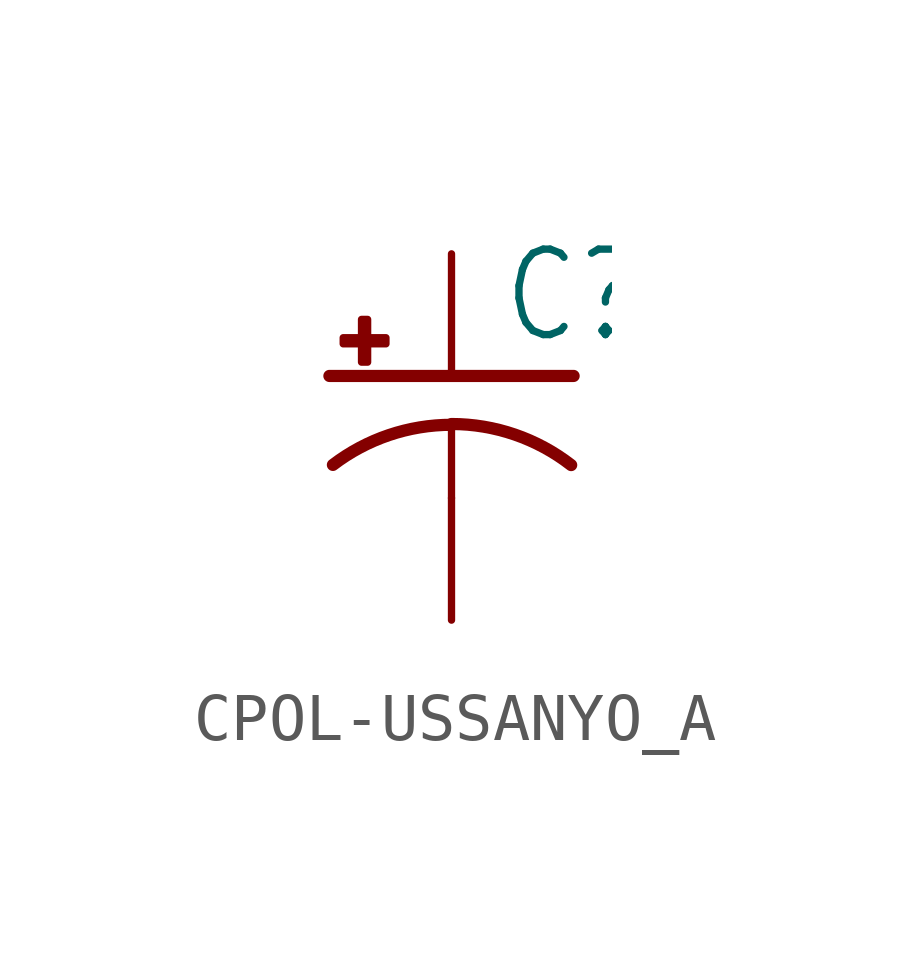
<source format=kicad_sym>
(kicad_symbol_lib
  (version 20231120)
  (generator "kicad_symbol_editor")
  (generator_version "8.0")
  (symbol "CPOL-USSANYO_A"
    (property "Reference" "C"
      (at 1.016 0.635 0)
      (effects (font (size 1.778 1.511)) (justify left bottom)))
    (property "Value" ""
      (at 1.016 -4.191 0)
      (effects (font (size 1.778 1.511)) (justify left bottom)))
    (property "ki_locked" ""
      (at 0 0 0)
      (effects (font (size 1.27 1.27))))
    (symbol "CPOL-USSANYO_A_1_0"
      (rectangle (start -2.253 0.668) (end -1.364 0.795) (stroke (width 0) (type default)) (fill (type outline)))
      (rectangle (start -1.872 0.287) (end -1.745 1.176) (stroke (width 0) (type default)) (fill (type outline)))
      (arc (start 0 -1.0161) (mid -1.3021 -1.2303) (end -2.4669 -1.8504) (stroke (width 0.254) (type solid)) (fill (type none)))
      (polyline (pts (xy -2.54 0) (xy 2.54 0)) (stroke (width 0.254) (type solid)) (fill (type none)))
      (polyline (pts (xy 0 -1.016) (xy 0 -2.54)) (stroke (width 0.152) (type solid)) (fill (type none)))
      (arc (start 2.4892 -1.8541) (mid 1.3158 -1.2194) (end 0 -1) (stroke (width 0.254) (type solid)) (fill (type none)))
      (pin passive line (at 0 2.54 270) (length 2.54) (name "+" (effects (font (size 0 0)))) (number "+" (effects (font (size 0 0)))))
      (pin passive line (at 0 -5.08 90) (length 2.54) (name "-" (effects (font (size 0 0)))) (number "-" (effects (font (size 0 0))))))))
</source>
